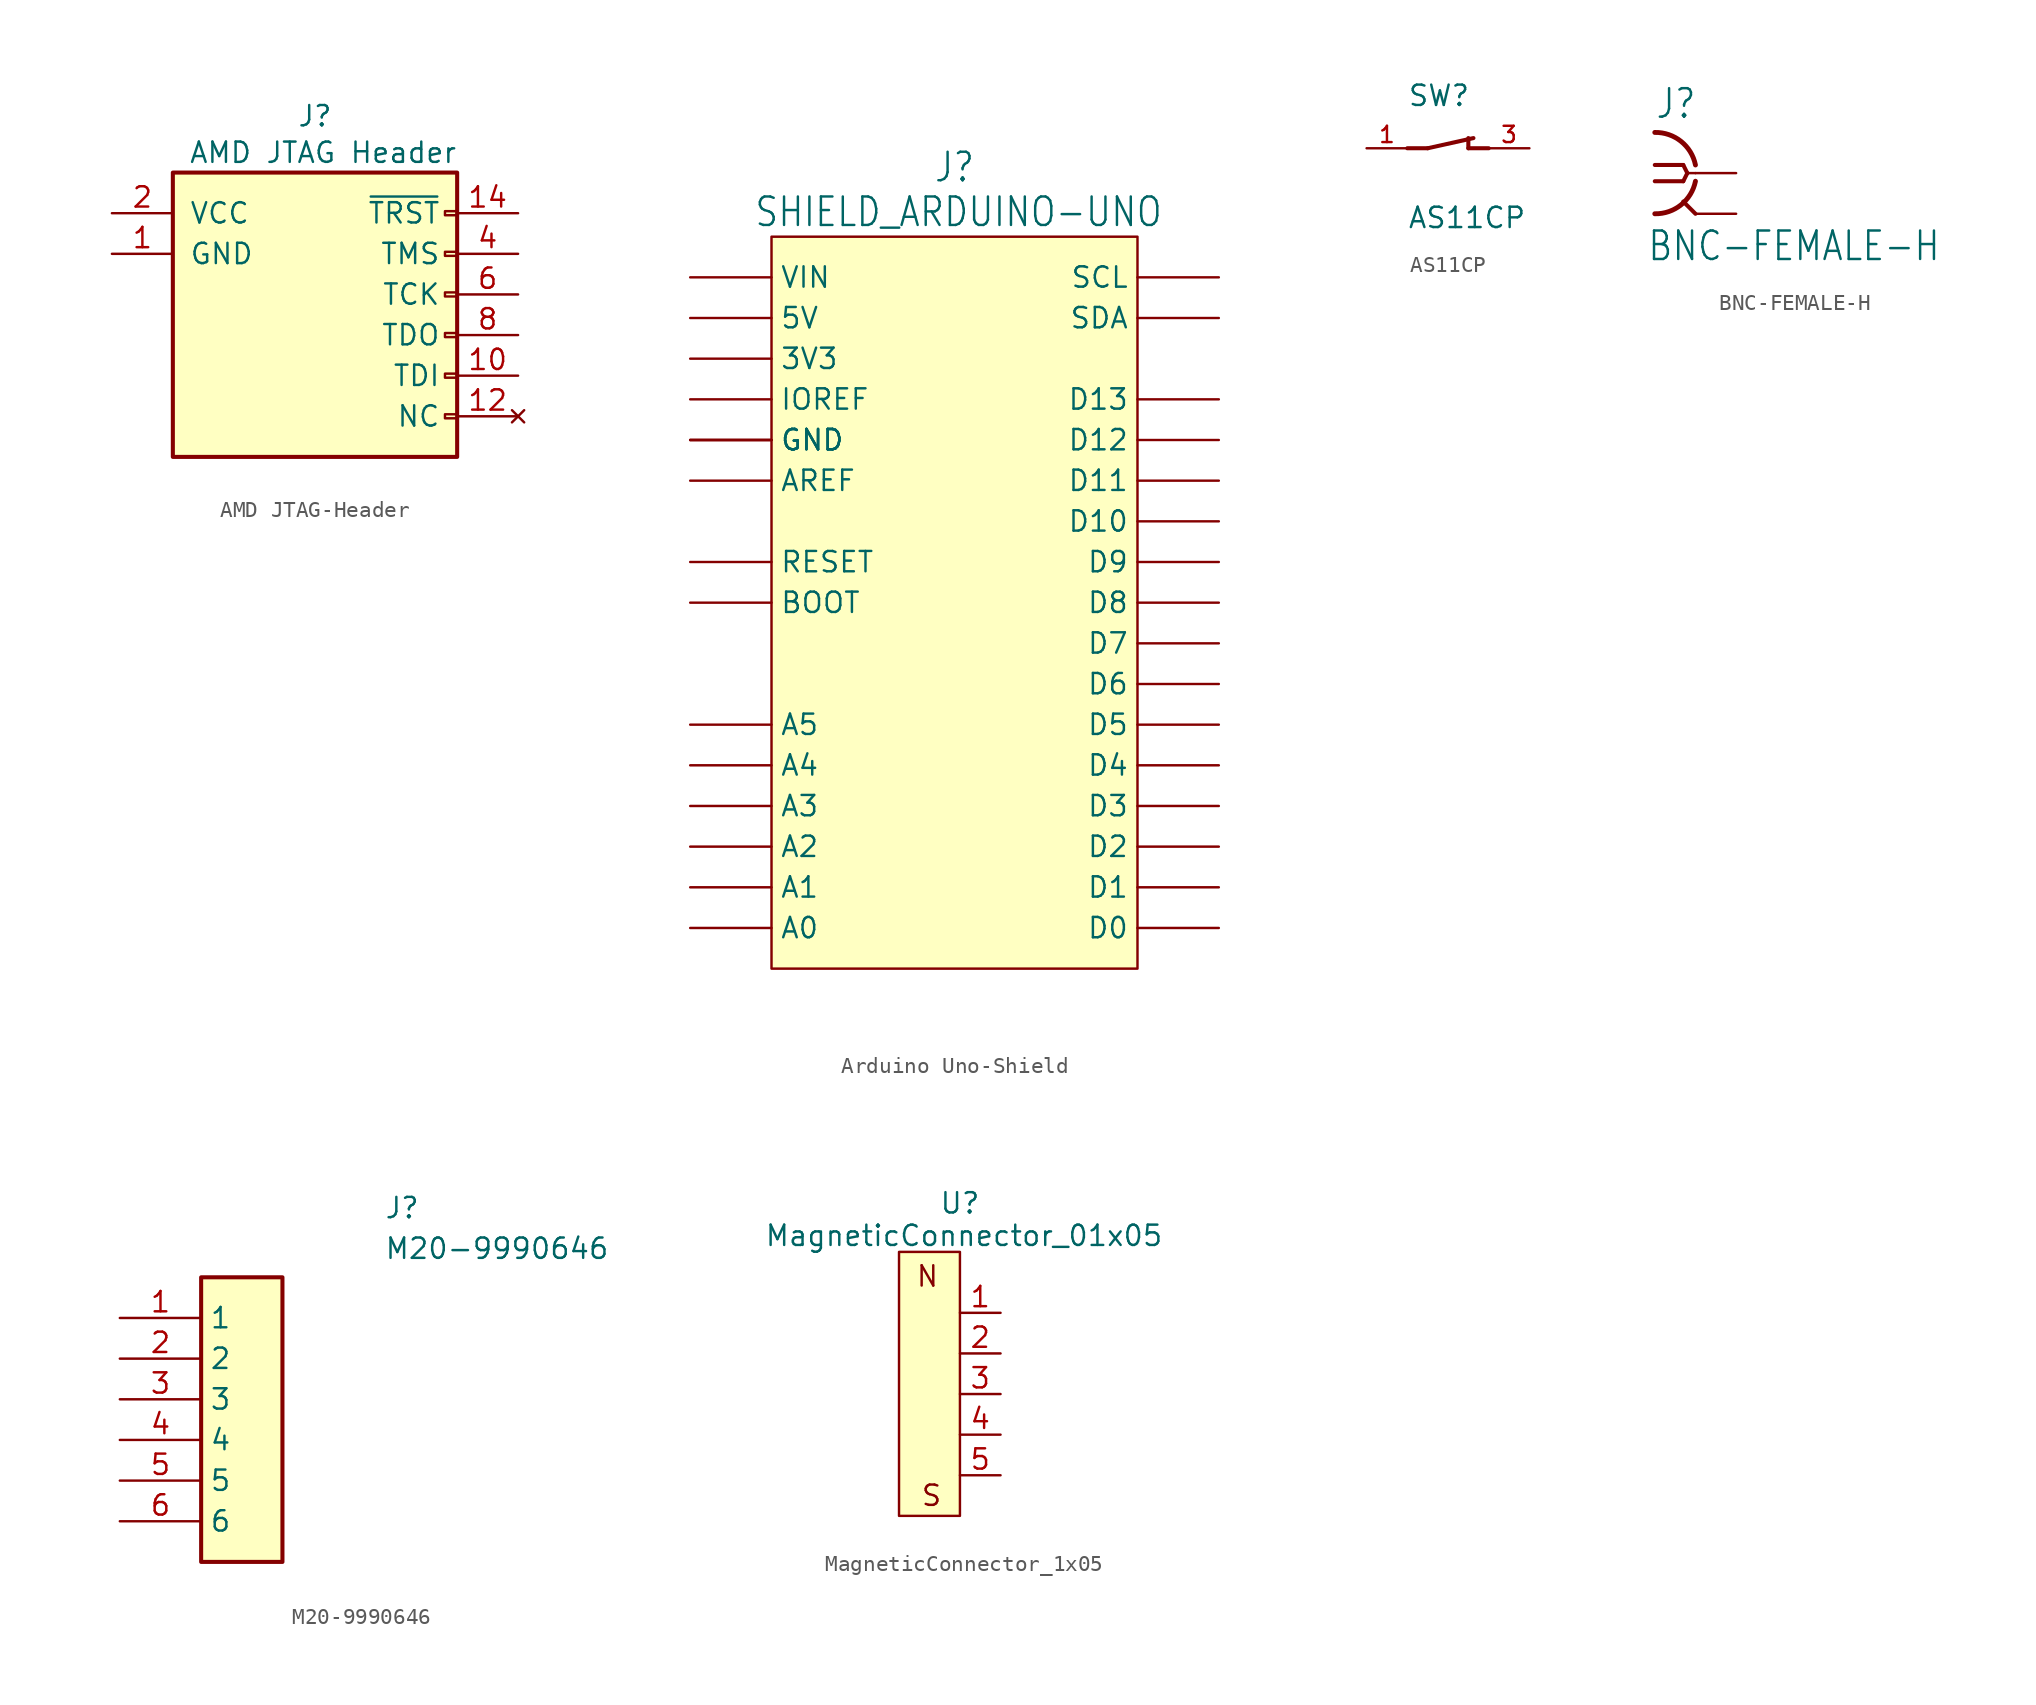
<source format=kicad_sym>
(kicad_symbol_lib
  (version 20241209)
  (generator "kicad_symbol_editor")
  (generator_version "9.0")
  (symbol "AMD JTAG-Header"
    (pin_names
      (offset 1.016))
    (property "Reference" "J"
      (at 0 11.684 0)
      (effects (font (size 1.27 1.27)) (justify bottom)))
    (property "Value" "AMD JTAG Header"
      (at 0.508 9.398 0)
      (effects (font (size 1.27 1.27)) (justify bottom)))
    (symbol "AMD JTAG-Header_0_1"
      (rectangle (start -8.89 8.89) (end 8.89 -8.89) (stroke (width 0.254) (type default)) (fill (type background)))
      (rectangle (start 8.89 6.477) (end 8.128 6.223) (stroke (width 0) (type default)) (fill (type none)))
      (rectangle (start 8.89 3.937) (end 8.128 3.683) (stroke (width 0) (type default)) (fill (type none)))
      (rectangle (start 8.89 1.397) (end 8.128 1.143) (stroke (width 0) (type default)) (fill (type none)))
      (rectangle (start 8.89 -1.143) (end 8.128 -1.397) (stroke (width 0) (type default)) (fill (type none)))
      (rectangle (start 8.89 -3.683) (end 8.128 -3.937) (stroke (width 0) (type default)) (fill (type none)))
      (rectangle (start 8.89 -6.223) (end 8.128 -6.477) (stroke (width 0) (type default)) (fill (type none))))
    (symbol "AMD JTAG-Header_1_1"
      (pin power_in line (at -12.7 6.35 0) (length 3.81) (name "VCC" (effects (font (size 1.27 1.27)))) (number "2" (effects (font (size 1.27 1.27)))))
      (pin power_in line (at -12.7 3.81 0) (length 3.81) (name "GND" (effects (font (size 1.27 1.27)))) (number "1" (effects (font (size 1.27 1.27)))))
      (pin passive line (at -12.7 3.81 0) (length 3.81) (hide yes) (name "GND" (effects (font (size 1.27 1.27)))) (number "11" (effects (font (size 1.27 1.27)))))
      (pin passive line (at -12.7 3.81 0) (length 3.81) (hide yes) (name "GND" (effects (font (size 1.27 1.27)))) (number "13" (effects (font (size 1.27 1.27)))))
      (pin passive line (at -12.7 3.81 0) (length 3.81) (hide yes) (name "GND" (effects (font (size 1.27 1.27)))) (number "3" (effects (font (size 1.27 1.27)))))
      (pin passive line (at -12.7 3.81 0) (length 3.81) (hide yes) (name "GND" (effects (font (size 1.27 1.27)))) (number "5" (effects (font (size 1.27 1.27)))))
      (pin passive line (at -12.7 3.81 0) (length 3.81) (hide yes) (name "GND" (effects (font (size 1.27 1.27)))) (number "7" (effects (font (size 1.27 1.27)))))
      (pin passive line (at -12.7 3.81 0) (length 3.81) (hide yes) (name "GND" (effects (font (size 1.27 1.27)))) (number "9" (effects (font (size 1.27 1.27)))))
      (pin passive line (at 12.7 6.35 180) (length 3.81) (name "~{TRST}" (effects (font (size 1.27 1.27)))) (number "14" (effects (font (size 1.27 1.27)))))
      (pin passive line (at 12.7 3.81 180) (length 3.81) (name "TMS" (effects (font (size 1.27 1.27)))) (number "4" (effects (font (size 1.27 1.27)))))
      (pin passive line (at 12.7 1.27 180) (length 3.81) (name "TCK" (effects (font (size 1.27 1.27)))) (number "6" (effects (font (size 1.27 1.27)))))
      (pin passive line (at 12.7 -1.27 180) (length 3.81) (name "TDO" (effects (font (size 1.27 1.27)))) (number "8" (effects (font (size 1.27 1.27)))))
      (pin passive line (at 12.7 -3.81 180) (length 3.81) (name "TDI" (effects (font (size 1.27 1.27)))) (number "10" (effects (font (size 1.27 1.27)))))
      (pin no_connect line (at 12.7 -6.35 180) (length 3.81) (name "NC" (effects (font (size 1.27 1.27)))) (number "12" (effects (font (size 1.27 1.27)))))))
  (symbol "Arduino Uno-Shield"
    (property "Reference" "J"
      (at 0 26.162 0)
      (effects (font (size 1.778 1.511)) (justify bottom)))
    (property "Value" "SHIELD_ARDUINO-UNO"
      (at 0.254 23.368 0)
      (effects (font (size 1.778 1.511)) (justify bottom)))
    (symbol "Arduino Uno-Shield_1_0"
      (pin passive line (at -16.51 20.32 0) (length 5.08) (name "VIN" (effects (font (size 1.27 1.27)))) (number "VIN" (effects (font (size 0 0)))))
      (pin passive line (at -16.51 17.78 0) (length 5.08) (name "5V" (effects (font (size 1.27 1.27)))) (number "5V" (effects (font (size 0 0)))))
      (pin passive line (at -16.51 15.24 0) (length 5.08) (name "3V3" (effects (font (size 1.27 1.27)))) (number "3V3" (effects (font (size 0 0)))))
      (pin passive line (at -16.51 12.7 0) (length 5.08) (name "IOREF" (effects (font (size 1.27 1.27)))) (number "IOREF" (effects (font (size 0 0)))))
      (pin passive line (at -16.51 10.16 0) (length 5.08) (name "GND" (effects (font (size 1.27 1.27)))) (number "G0" (effects (font (size 0 0)))))
      (pin passive line (at -16.51 10.16 0) (length 5.08) (name "GND" (effects (font (size 1.27 1.27)))) (number "G1" (effects (font (size 0 0)))))
      (pin passive line (at -16.51 10.16 0) (length 5.08) (name "GND" (effects (font (size 1.27 1.27)))) (number "G2" (effects (font (size 0 0)))))
      (pin passive line (at -16.51 7.62 0) (length 5.08) (name "AREF" (effects (font (size 1.27 1.27)))) (number "AREF" (effects (font (size 0 0)))))
      (pin input line (at -16.51 2.54 0) (length 5.08) (name "RESET" (effects (font (size 1.27 1.27)))) (number "RST" (effects (font (size 0 0)))))
      (pin passive line (at -16.51 0 0) (length 5.08) (name "BOOT" (effects (font (size 1.27 1.27)))) (number "BOOT" (effects (font (size 0 0)))))
      (pin bidirectional line (at -16.51 -7.62 0) (length 5.08) (name "A5" (effects (font (size 1.27 1.27)))) (number "A5" (effects (font (size 0 0)))))
      (pin bidirectional line (at -16.51 -10.16 0) (length 5.08) (name "A4" (effects (font (size 1.27 1.27)))) (number "A4" (effects (font (size 0 0)))))
      (pin bidirectional line (at -16.51 -12.7 0) (length 5.08) (name "A3" (effects (font (size 1.27 1.27)))) (number "A3" (effects (font (size 0 0)))))
      (pin bidirectional line (at -16.51 -15.24 0) (length 5.08) (name "A2" (effects (font (size 1.27 1.27)))) (number "A2" (effects (font (size 0 0)))))
      (pin bidirectional line (at -16.51 -17.78 0) (length 5.08) (name "A1" (effects (font (size 1.27 1.27)))) (number "A1" (effects (font (size 0 0)))))
      (pin bidirectional line (at -16.51 -20.32 0) (length 5.08) (name "A0" (effects (font (size 1.27 1.27)))) (number "A0" (effects (font (size 0 0)))))
      (pin bidirectional line (at 16.51 20.32 180) (length 5.08) (name "SCL" (effects (font (size 1.27 1.27)))) (number "SCL" (effects (font (size 0 0)))))
      (pin bidirectional line (at 16.51 17.78 180) (length 5.08) (name "SDA" (effects (font (size 1.27 1.27)))) (number "SDA" (effects (font (size 0 0)))))
      (pin bidirectional line (at 16.51 12.7 180) (length 5.08) (name "D13" (effects (font (size 1.27 1.27)))) (number "D13" (effects (font (size 0 0)))))
      (pin bidirectional line (at 16.51 10.16 180) (length 5.08) (name "D12" (effects (font (size 1.27 1.27)))) (number "D12" (effects (font (size 0 0)))))
      (pin bidirectional line (at 16.51 7.62 180) (length 5.08) (name "D11" (effects (font (size 1.27 1.27)))) (number "D11" (effects (font (size 0 0)))))
      (pin bidirectional line (at 16.51 5.08 180) (length 5.08) (name "D10" (effects (font (size 1.27 1.27)))) (number "D10" (effects (font (size 0 0)))))
      (pin bidirectional line (at 16.51 2.54 180) (length 5.08) (name "D9" (effects (font (size 1.27 1.27)))) (number "D9" (effects (font (size 0 0)))))
      (pin bidirectional line (at 16.51 0 180) (length 5.08) (name "D8" (effects (font (size 1.27 1.27)))) (number "D8" (effects (font (size 0 0)))))
      (pin bidirectional line (at 16.51 -2.54 180) (length 5.08) (name "D7" (effects (font (size 1.27 1.27)))) (number "D7" (effects (font (size 0 0)))))
      (pin bidirectional line (at 16.51 -5.08 180) (length 5.08) (name "D6" (effects (font (size 1.27 1.27)))) (number "D6" (effects (font (size 0 0)))))
      (pin bidirectional line (at 16.51 -7.62 180) (length 5.08) (name "D5" (effects (font (size 1.27 1.27)))) (number "D5" (effects (font (size 0 0)))))
      (pin bidirectional line (at 16.51 -10.16 180) (length 5.08) (name "D4" (effects (font (size 1.27 1.27)))) (number "D4" (effects (font (size 0 0)))))
      (pin bidirectional line (at 16.51 -12.7 180) (length 5.08) (name "D3" (effects (font (size 1.27 1.27)))) (number "D3" (effects (font (size 0 0)))))
      (pin bidirectional line (at 16.51 -15.24 180) (length 5.08) (name "D2" (effects (font (size 1.27 1.27)))) (number "D2" (effects (font (size 0 0)))))
      (pin bidirectional line (at 16.51 -17.78 180) (length 5.08) (name "D1" (effects (font (size 1.27 1.27)))) (number "D1" (effects (font (size 0 0)))))
      (pin bidirectional line (at 16.51 -20.32 180) (length 5.08) (name "D0" (effects (font (size 1.27 1.27)))) (number "D0" (effects (font (size 0 0))))))
    (symbol "Arduino Uno-Shield_1_1"
      (rectangle (start -11.43 22.86) (end 11.43 -22.86) (stroke (width 0) (type default)) (fill (type background)))))
  (symbol "AS11CP"
    (pin_names
      (offset 1.016))
    (property "Reference" "SW"
      (at -2.54 2.54 0)
      (effects (font (size 1.27 1.27)) (justify left bottom)))
    (property "Value" "AS11CP"
      (at -2.54 -5.08 0)
      (effects (font (size 1.27 1.27)) (justify left bottom)))
    (symbol "AS11CP_0_0"
      (polyline (pts (xy -2.54 0) (xy -1.27 0)) (stroke (width 0.254) (type default)) (fill (type none)))
      (polyline (pts (xy -1.27 0) (xy 1.587 0.635)) (stroke (width 0.254) (type default)) (fill (type none)))
      (polyline (pts (xy 1.27 0) (xy 1.27 0.635)) (stroke (width 0.254) (type default)) (fill (type none)))
      (polyline (pts (xy 1.27 0) (xy 2.54 0)) (stroke (width 0.254) (type default)) (fill (type none)))
      (pin passive line (at -5.08 0 0) (length 2.54) (name "~" (effects (font (size 1.016 1.016)))) (number "1" (effects (font (size 1.016 1.016)))))
      (pin passive line (at 5.08 0 180) (length 2.54) (name "~" (effects (font (size 1.016 1.016)))) (number "3" (effects (font (size 1.016 1.016)))))))
  (symbol "BNC-FEMALE-H"
    (property "Reference" "J"
      (at -2.54 3.302 0)
      (effects (font (size 1.778 1.511)) (justify left bottom)))
    (property "Value" "BNC-FEMALE-H"
      (at -3.048 -5.588 0)
      (effects (font (size 1.778 1.511)) (justify left bottom)))
    (symbol "BNC-FEMALE-H_1_0"
      (polyline (pts (xy -2.54 0.508) (xy -0.762 0.508)) (stroke (width 0.254) (type solid)) (fill (type none)))
      (arc (start 0 -0.508) (mid -0.9022 -1.9838) (end -2.54 -2.54) (stroke (width 0.3048) (type solid)) (fill (type none)))
      (arc (start -2.54 2.54) (mid -0.9022 1.9838) (end 0 0.508) (stroke (width 0.3048) (type solid)) (fill (type none)))
      (polyline (pts (xy -0.762 0.508) (xy -0.508 0)) (stroke (width 0.254) (type solid)) (fill (type none)))
      (polyline (pts (xy -0.762 -0.508) (xy -2.54 -0.508)) (stroke (width 0.254) (type solid)) (fill (type none)))
      (polyline (pts (xy -0.508 0) (xy -0.762 -0.508)) (stroke (width 0.254) (type solid)) (fill (type none)))
      (polyline (pts (xy 0 0) (xy -0.508 0)) (stroke (width 0.152) (type solid)) (fill (type none)))
      (polyline (pts (xy 0 -2.54) (xy -0.762 -1.778)) (stroke (width 0.254) (type solid)) (fill (type none)))
      (pin bidirectional line (at 2.54 0 180) (length 2.54) (name "SIG" (effects (font (size 0 0)))) (number "1" (effects (font (size 0 0)))))
      (pin passive line (at 2.54 -2.54 180) (length 2.54) (name "GND" (effects (font (size 0 0)))) (number "2" (effects (font (size 0 0)))))))
  (symbol "M20-9990646"
    (property "Reference" "J"
      (at 16.51 7.62 0)
      (effects (font (size 1.27 1.27)) (justify left top)))
    (property "Value" "M20-9990646"
      (at 16.51 5.08 0)
      (effects (font (size 1.27 1.27)) (justify left top)))
    (symbol "M20-9990646_1_1"
      (rectangle (start 5.08 2.54) (end 10.16 -15.24) (stroke (width 0.254) (type default)) (fill (type background)))
      (pin passive line (at 0 0 0) (length 5.08) (name "1" (effects (font (size 1.27 1.27)))) (number "1" (effects (font (size 1.27 1.27)))))
      (pin passive line (at 0 -2.54 0) (length 5.08) (name "2" (effects (font (size 1.27 1.27)))) (number "2" (effects (font (size 1.27 1.27)))))
      (pin passive line (at 0 -5.08 0) (length 5.08) (name "3" (effects (font (size 1.27 1.27)))) (number "3" (effects (font (size 1.27 1.27)))))
      (pin passive line (at 0 -7.62 0) (length 5.08) (name "4" (effects (font (size 1.27 1.27)))) (number "4" (effects (font (size 1.27 1.27)))))
      (pin passive line (at 0 -10.16 0) (length 5.08) (name "5" (effects (font (size 1.27 1.27)))) (number "5" (effects (font (size 1.27 1.27)))))
      (pin passive line (at 0 -12.7 0) (length 5.08) (name "6" (effects (font (size 1.27 1.27)))) (number "6" (effects (font (size 1.27 1.27)))))))
  (symbol "MagneticConnector_1x05"
    (property "Reference" "U"
      (at 0 6.858 0)
      (effects (font (size 1.27 1.27))))
    (property "Value" "MagneticConnector_01x05"
      (at 0.254 4.826 0)
      (effects (font (size 1.27 1.27))))
    (symbol "MagneticConnector_1x05_1_1"
      (rectangle (start -3.81 3.81) (end 0 -12.7) (stroke (width 0) (type default)) (fill (type background)))
      (text "N" (at -2.032 2.286 0) (effects (font (size 1.27 1.27))))
      (text "S" (at -1.778 -11.43 0) (effects (font (size 1.27 1.27))))
      (pin bidirectional line (at 2.54 0 180) (length 2.54) (name "" (effects (font (size 1.27 1.27)))) (number "1" (effects (font (size 1.27 1.27)))))
      (pin bidirectional line (at 2.54 -2.54 180) (length 2.54) (name "" (effects (font (size 1.27 1.27)))) (number "2" (effects (font (size 1.27 1.27)))))
      (pin bidirectional line (at 2.54 -5.08 180) (length 2.54) (name "" (effects (font (size 1.27 1.27)))) (number "3" (effects (font (size 1.27 1.27)))))
      (pin bidirectional line (at 2.54 -7.62 180) (length 2.54) (name "" (effects (font (size 1.27 1.27)))) (number "4" (effects (font (size 1.27 1.27)))))
      (pin bidirectional line (at 2.54 -10.16 180) (length 2.54) (name "" (effects (font (size 1.27 1.27)))) (number "5" (effects (font (size 1.27 1.27))))))))
</source>
